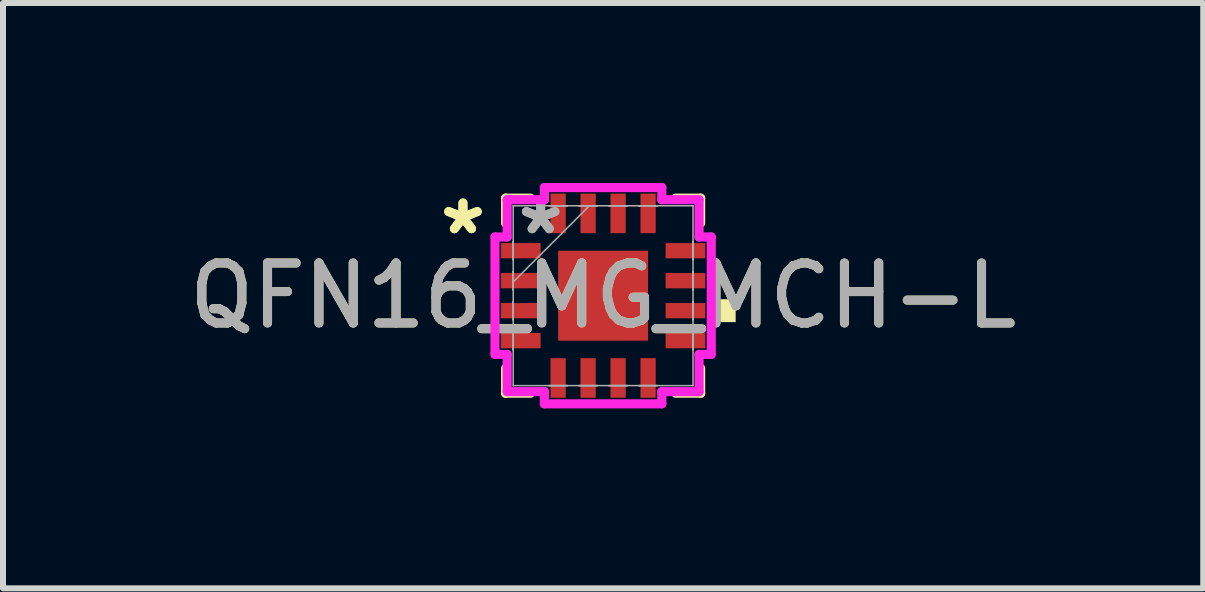
<source format=kicad_pcb>
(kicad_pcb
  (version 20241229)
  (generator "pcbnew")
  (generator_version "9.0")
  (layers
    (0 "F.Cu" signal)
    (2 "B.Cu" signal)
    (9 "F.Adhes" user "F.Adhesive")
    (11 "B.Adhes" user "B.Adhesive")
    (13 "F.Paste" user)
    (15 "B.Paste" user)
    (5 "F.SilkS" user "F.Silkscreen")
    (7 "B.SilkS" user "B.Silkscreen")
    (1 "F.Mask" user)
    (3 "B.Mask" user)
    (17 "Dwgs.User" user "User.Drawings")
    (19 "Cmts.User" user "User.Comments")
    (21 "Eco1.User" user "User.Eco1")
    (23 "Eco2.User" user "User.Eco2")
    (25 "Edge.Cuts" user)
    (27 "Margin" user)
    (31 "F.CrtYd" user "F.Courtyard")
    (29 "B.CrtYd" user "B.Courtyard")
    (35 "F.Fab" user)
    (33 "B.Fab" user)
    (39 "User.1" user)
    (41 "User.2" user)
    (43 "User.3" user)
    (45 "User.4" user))
  (footprint "QFN16_MG_MCH-L"
    (layer "F.Cu")
    (at 7.006 1.88)
    (property "Reference" "QFN16_MG_MCH-L" (at 0 0 0) (unlocked yes) (layer "F.SilkS") (effects (font (size 1 1) (thickness 0.15))))
    (attr smd)
    (fp_line (start -1.626 -1.626) (end -1.626 -1.21) (stroke (width 0.152) (type solid)) (layer "F.SilkS"))
    (fp_line (start -1.626 1.21) (end -1.626 1.626) (stroke (width 0.152) (type solid)) (layer "F.SilkS"))
    (fp_line (start -1.626 1.626) (end -1.21 1.626) (stroke (width 0.152) (type solid)) (layer "F.SilkS"))
    (fp_line (start -1.21 -1.626) (end -1.626 -1.626) (stroke (width 0.152) (type solid)) (layer "F.SilkS"))
    (fp_line (start 1.21 1.626) (end 1.626 1.626) (stroke (width 0.152) (type solid)) (layer "F.SilkS"))
    (fp_line (start 1.626 -1.626) (end 1.21 -1.626) (stroke (width 0.152) (type solid)) (layer "F.SilkS"))
    (fp_line (start 1.626 -1.21) (end 1.626 -1.626) (stroke (width 0.152) (type solid)) (layer "F.SilkS"))
    (fp_line (start 1.626 1.626) (end 1.626 1.21) (stroke (width 0.152) (type solid)) (layer "F.SilkS"))
    (fp_poly (pts (xy 2.21 0.059) (xy 2.21 0.441) (xy 1.956 0.441) (xy 1.956 0.059)) (stroke (width 0) (type solid)) (fill yes) (layer "F.SilkS"))
    (fp_line (start -1.803 -0.979) (end -1.6 -0.979) (stroke (width 0.152) (type solid)) (layer "F.CrtYd"))
    (fp_line (start -1.803 0.979) (end -1.803 -0.979) (stroke (width 0.152) (type solid)) (layer "F.CrtYd"))
    (fp_line (start -1.6 -1.6) (end -0.979 -1.6) (stroke (width 0.152) (type solid)) (layer "F.CrtYd"))
    (fp_line (start -1.6 -0.979) (end -1.6 -1.6) (stroke (width 0.152) (type solid)) (layer "F.CrtYd"))
    (fp_line (start -1.6 0.979) (end -1.803 0.979) (stroke (width 0.152) (type solid)) (layer "F.CrtYd"))
    (fp_line (start -1.6 1.6) (end -1.6 0.979) (stroke (width 0.152) (type solid)) (layer "F.CrtYd"))
    (fp_line (start -0.979 -1.803) (end 0.979 -1.803) (stroke (width 0.152) (type solid)) (layer "F.CrtYd"))
    (fp_line (start -0.979 -1.6) (end -0.979 -1.803) (stroke (width 0.152) (type solid)) (layer "F.CrtYd"))
    (fp_line (start -0.979 1.6) (end -1.6 1.6) (stroke (width 0.152) (type solid)) (layer "F.CrtYd"))
    (fp_line (start -0.979 1.803) (end -0.979 1.6) (stroke (width 0.152) (type solid)) (layer "F.CrtYd"))
    (fp_line (start 0.979 -1.803) (end 0.979 -1.6) (stroke (width 0.152) (type solid)) (layer "F.CrtYd"))
    (fp_line (start 0.979 -1.6) (end 1.6 -1.6) (stroke (width 0.152) (type solid)) (layer "F.CrtYd"))
    (fp_line (start 0.979 1.6) (end 0.979 1.803) (stroke (width 0.152) (type solid)) (layer "F.CrtYd"))
    (fp_line (start 0.979 1.803) (end -0.979 1.803) (stroke (width 0.152) (type solid)) (layer "F.CrtYd"))
    (fp_line (start 1.6 -1.6) (end 1.6 -0.979) (stroke (width 0.152) (type solid)) (layer "F.CrtYd"))
    (fp_line (start 1.6 -0.979) (end 1.803 -0.979) (stroke (width 0.152) (type solid)) (layer "F.CrtYd"))
    (fp_line (start 1.6 0.979) (end 1.6 1.6) (stroke (width 0.152) (type solid)) (layer "F.CrtYd"))
    (fp_line (start 1.6 1.6) (end 0.979 1.6) (stroke (width 0.152) (type solid)) (layer "F.CrtYd"))
    (fp_line (start 1.803 -0.979) (end 1.803 0.979) (stroke (width 0.152) (type solid)) (layer "F.CrtYd"))
    (fp_line (start 1.803 0.979) (end 1.6 0.979) (stroke (width 0.152) (type solid)) (layer "F.CrtYd"))
    (fp_line (start -1.499 -1.499) (end -1.499 -1.499) (stroke (width 0.025) (type solid)) (layer "F.Fab"))
    (fp_line (start -1.499 -1.499) (end -1.499 1.499) (stroke (width 0.025) (type solid)) (layer "F.Fab"))
    (fp_line (start -1.499 -0.902) (end -1.499 -0.902) (stroke (width 0.025) (type solid)) (layer "F.Fab"))
    (fp_line (start -1.499 -0.902) (end -1.499 -0.598) (stroke (width 0.025) (type solid)) (layer "F.Fab"))
    (fp_line (start -1.499 -0.598) (end -1.499 -0.902) (stroke (width 0.025) (type solid)) (layer "F.Fab"))
    (fp_line (start -1.499 -0.598) (end -1.499 -0.598) (stroke (width 0.025) (type solid)) (layer "F.Fab"))
    (fp_line (start -1.499 -0.402) (end -1.499 -0.402) (stroke (width 0.025) (type solid)) (layer "F.Fab"))
    (fp_line (start -1.499 -0.402) (end -1.499 -0.098) (stroke (width 0.025) (type solid)) (layer "F.Fab"))
    (fp_line (start -1.499 -0.229) (end -0.229 -1.499) (stroke (width 0.025) (type solid)) (layer "F.Fab"))
    (fp_line (start -1.499 -0.098) (end -1.499 -0.402) (stroke (width 0.025) (type solid)) (layer "F.Fab"))
    (fp_line (start -1.499 -0.098) (end -1.499 -0.098) (stroke (width 0.025) (type solid)) (layer "F.Fab"))
    (fp_line (start -1.499 0.098) (end -1.499 0.098) (stroke (width 0.025) (type solid)) (layer "F.Fab"))
    (fp_line (start -1.499 0.098) (end -1.499 0.402) (stroke (width 0.025) (type solid)) (layer "F.Fab"))
    (fp_line (start -1.499 0.402) (end -1.499 0.098) (stroke (width 0.025) (type solid)) (layer "F.Fab"))
    (fp_line (start -1.499 0.402) (end -1.499 0.402) (stroke (width 0.025) (type solid)) (layer "F.Fab"))
    (fp_line (start -1.499 0.598) (end -1.499 0.598) (stroke (width 0.025) (type solid)) (layer "F.Fab"))
    (fp_line (start -1.499 0.598) (end -1.499 0.902) (stroke (width 0.025) (type solid)) (layer "F.Fab"))
    (fp_line (start -1.499 0.902) (end -1.499 0.598) (stroke (width 0.025) (type solid)) (layer "F.Fab"))
    (fp_line (start -1.499 0.902) (end -1.499 0.902) (stroke (width 0.025) (type solid)) (layer "F.Fab"))
    (fp_line (start -1.499 1.499) (end -1.499 1.499) (stroke (width 0.025) (type solid)) (layer "F.Fab"))
    (fp_line (start -1.499 1.499) (end 1.499 1.499) (stroke (width 0.025) (type solid)) (layer "F.Fab"))
    (fp_line (start -0.902 -1.499) (end -0.902 -1.499) (stroke (width 0.025) (type solid)) (layer "F.Fab"))
    (fp_line (start -0.902 -1.499) (end -0.598 -1.499) (stroke (width 0.025) (type solid)) (layer "F.Fab"))
    (fp_line (start -0.902 1.499) (end -0.902 1.499) (stroke (width 0.025) (type solid)) (layer "F.Fab"))
    (fp_line (start -0.902 1.499) (end -0.598 1.499) (stroke (width 0.025) (type solid)) (layer "F.Fab"))
    (fp_line (start -0.598 -1.499) (end -0.902 -1.499) (stroke (width 0.025) (type solid)) (layer "F.Fab"))
    (fp_line (start -0.598 -1.499) (end -0.598 -1.499) (stroke (width 0.025) (type solid)) (layer "F.Fab"))
    (fp_line (start -0.598 1.499) (end -0.902 1.499) (stroke (width 0.025) (type solid)) (layer "F.Fab"))
    (fp_line (start -0.598 1.499) (end -0.598 1.499) (stroke (width 0.025) (type solid)) (layer "F.Fab"))
    (fp_line (start -0.402 -1.499) (end -0.402 -1.499) (stroke (width 0.025) (type solid)) (layer "F.Fab"))
    (fp_line (start -0.402 -1.499) (end -0.098 -1.499) (stroke (width 0.025) (type solid)) (layer "F.Fab"))
    (fp_line (start -0.402 1.499) (end -0.402 1.499) (stroke (width 0.025) (type solid)) (layer "F.Fab"))
    (fp_line (start -0.402 1.499) (end -0.098 1.499) (stroke (width 0.025) (type solid)) (layer "F.Fab"))
    (fp_line (start -0.098 -1.499) (end -0.402 -1.499) (stroke (width 0.025) (type solid)) (layer "F.Fab"))
    (fp_line (start -0.098 -1.499) (end -0.098 -1.499) (stroke (width 0.025) (type solid)) (layer "F.Fab"))
    (fp_line (start -0.098 1.499) (end -0.402 1.499) (stroke (width 0.025) (type solid)) (layer "F.Fab"))
    (fp_line (start -0.098 1.499) (end -0.098 1.499) (stroke (width 0.025) (type solid)) (layer "F.Fab"))
    (fp_line (start 0.098 -1.499) (end 0.098 -1.499) (stroke (width 0.025) (type solid)) (layer "F.Fab"))
    (fp_line (start 0.098 -1.499) (end 0.402 -1.499) (stroke (width 0.025) (type solid)) (layer "F.Fab"))
    (fp_line (start 0.098 1.499) (end 0.098 1.499) (stroke (width 0.025) (type solid)) (layer "F.Fab"))
    (fp_line (start 0.098 1.499) (end 0.402 1.499) (stroke (width 0.025) (type solid)) (layer "F.Fab"))
    (fp_line (start 0.402 -1.499) (end 0.098 -1.499) (stroke (width 0.025) (type solid)) (layer "F.Fab"))
    (fp_line (start 0.402 -1.499) (end 0.402 -1.499) (stroke (width 0.025) (type solid)) (layer "F.Fab"))
    (fp_line (start 0.402 1.499) (end 0.098 1.499) (stroke (width 0.025) (type solid)) (layer "F.Fab"))
    (fp_line (start 0.402 1.499) (end 0.402 1.499) (stroke (width 0.025) (type solid)) (layer "F.Fab"))
    (fp_line (start 0.598 -1.499) (end 0.598 -1.499) (stroke (width 0.025) (type solid)) (layer "F.Fab"))
    (fp_line (start 0.598 -1.499) (end 0.902 -1.499) (stroke (width 0.025) (type solid)) (layer "F.Fab"))
    (fp_line (start 0.598 1.499) (end 0.598 1.499) (stroke (width 0.025) (type solid)) (layer "F.Fab"))
    (fp_line (start 0.598 1.499) (end 0.902 1.499) (stroke (width 0.025) (type solid)) (layer "F.Fab"))
    (fp_line (start 0.902 -1.499) (end 0.598 -1.499) (stroke (width 0.025) (type solid)) (layer "F.Fab"))
    (fp_line (start 0.902 -1.499) (end 0.902 -1.499) (stroke (width 0.025) (type solid)) (layer "F.Fab"))
    (fp_line (start 0.902 1.499) (end 0.598 1.499) (stroke (width 0.025) (type solid)) (layer "F.Fab"))
    (fp_line (start 0.902 1.499) (end 0.902 1.499) (stroke (width 0.025) (type solid)) (layer "F.Fab"))
    (fp_line (start 1.499 -1.499) (end -1.499 -1.499) (stroke (width 0.025) (type solid)) (layer "F.Fab"))
    (fp_line (start 1.499 -1.499) (end 1.499 -1.499) (stroke (width 0.025) (type solid)) (layer "F.Fab"))
    (fp_line (start 1.499 -0.902) (end 1.499 -0.902) (stroke (width 0.025) (type solid)) (layer "F.Fab"))
    (fp_line (start 1.499 -0.902) (end 1.499 -0.598) (stroke (width 0.025) (type solid)) (layer "F.Fab"))
    (fp_line (start 1.499 -0.598) (end 1.499 -0.902) (stroke (width 0.025) (type solid)) (layer "F.Fab"))
    (fp_line (start 1.499 -0.598) (end 1.499 -0.598) (stroke (width 0.025) (type solid)) (layer "F.Fab"))
    (fp_line (start 1.499 -0.402) (end 1.499 -0.402) (stroke (width 0.025) (type solid)) (layer "F.Fab"))
    (fp_line (start 1.499 -0.402) (end 1.499 -0.098) (stroke (width 0.025) (type solid)) (layer "F.Fab"))
    (fp_line (start 1.499 -0.098) (end 1.499 -0.402) (stroke (width 0.025) (type solid)) (layer "F.Fab"))
    (fp_line (start 1.499 -0.098) (end 1.499 -0.098) (stroke (width 0.025) (type solid)) (layer "F.Fab"))
    (fp_line (start 1.499 0.098) (end 1.499 0.098) (stroke (width 0.025) (type solid)) (layer "F.Fab"))
    (fp_line (start 1.499 0.098) (end 1.499 0.402) (stroke (width 0.025) (type solid)) (layer "F.Fab"))
    (fp_line (start 1.499 0.402) (end 1.499 0.098) (stroke (width 0.025) (type solid)) (layer "F.Fab"))
    (fp_line (start 1.499 0.402) (end 1.499 0.402) (stroke (width 0.025) (type solid)) (layer "F.Fab"))
    (fp_line (start 1.499 0.598) (end 1.499 0.598) (stroke (width 0.025) (type solid)) (layer "F.Fab"))
    (fp_line (start 1.499 0.598) (end 1.499 0.902) (stroke (width 0.025) (type solid)) (layer "F.Fab"))
    (fp_line (start 1.499 0.902) (end 1.499 0.598) (stroke (width 0.025) (type solid)) (layer "F.Fab"))
    (fp_line (start 1.499 0.902) (end 1.499 0.902) (stroke (width 0.025) (type solid)) (layer "F.Fab"))
    (fp_line (start 1.499 1.499) (end 1.499 -1.499) (stroke (width 0.025) (type solid)) (layer "F.Fab"))
    (fp_line (start 1.499 1.499) (end 1.499 1.499) (stroke (width 0.025) (type solid)) (layer "F.Fab"))
    (fp_text user "*" (at -2.337 -1 0) (layer "F.SilkS") (effects (font (size 1 1) (thickness 0.15))))
    (fp_text user "*" (at -2.337 -1 0) (unlocked yes) (layer "F.SilkS") (effects (font (size 1 1) (thickness 0.15))))
    (fp_text user "${REFERENCE}" (at 0 0 0) (unlocked yes) (layer "F.Fab") (effects (font (size 1 1) (thickness 0.15))))
    (fp_text user "*" (at -1.041 -1 0) (unlocked yes) (layer "F.Fab") (effects (font (size 1 1) (thickness 0.15))))
    (fp_text user "*" (at -1.041 -1 0) (layer "F.Fab") (effects (font (size 1 1) (thickness 0.15))))
    (pad "1" smd rect (at -1.372 -0.75 90) (size 0.254 0.66) (layers "F.Cu" "F.Mask" "F.Paste"))
    (pad "2" smd rect (at -1.372 -0.25 90) (size 0.254 0.66) (layers "F.Cu" "F.Mask" "F.Paste"))
    (pad "3" smd rect (at -1.372 0.25 90) (size 0.254 0.66) (layers "F.Cu" "F.Mask" "F.Paste"))
    (pad "4" smd rect (at -1.372 0.75 90) (size 0.254 0.66) (layers "F.Cu" "F.Mask" "F.Paste"))
    (pad "5" smd rect (at -0.75 1.372) (size 0.254 0.66) (layers "F.Cu" "F.Mask" "F.Paste"))
    (pad "6" smd rect (at -0.25 1.372) (size 0.254 0.66) (layers "F.Cu" "F.Mask" "F.Paste"))
    (pad "7" smd rect (at 0.25 1.372) (size 0.254 0.66) (layers "F.Cu" "F.Mask" "F.Paste"))
    (pad "8" smd rect (at 0.75 1.372) (size 0.254 0.66) (layers "F.Cu" "F.Mask" "F.Paste"))
    (pad "9" smd rect (at 1.372 0.75 90) (size 0.254 0.66) (layers "F.Cu" "F.Mask" "F.Paste"))
    (pad "10" smd rect (at 1.372 0.25 90) (size 0.254 0.66) (layers "F.Cu" "F.Mask" "F.Paste"))
    (pad "11" smd rect (at 1.372 -0.25 90) (size 0.254 0.66) (layers "F.Cu" "F.Mask" "F.Paste"))
    (pad "12" smd rect (at 1.372 -0.75 90) (size 0.254 0.66) (layers "F.Cu" "F.Mask" "F.Paste"))
    (pad "13" smd rect (at 0.75 -1.372) (size 0.254 0.66) (layers "F.Cu" "F.Mask" "F.Paste"))
    (pad "14" smd rect (at 0.25 -1.372) (size 0.254 0.66) (layers "F.Cu" "F.Mask" "F.Paste"))
    (pad "15" smd rect (at -0.25 -1.372) (size 0.254 0.66) (layers "F.Cu" "F.Mask" "F.Paste"))
    (pad "16" smd rect (at -0.75 -1.372) (size 0.254 0.66) (layers "F.Cu" "F.Mask" "F.Paste"))
    (pad "17" smd rect (at 0 0) (size 1.499 1.499) (layers "F.Cu" "F.Mask" "F.Paste")))
  (gr_rect
    (start -3 -3)
    (end 17.012 6.759)
    (stroke (width 0.1) (type default))
    (fill no)
    (layer "Edge.Cuts")))
</source>
